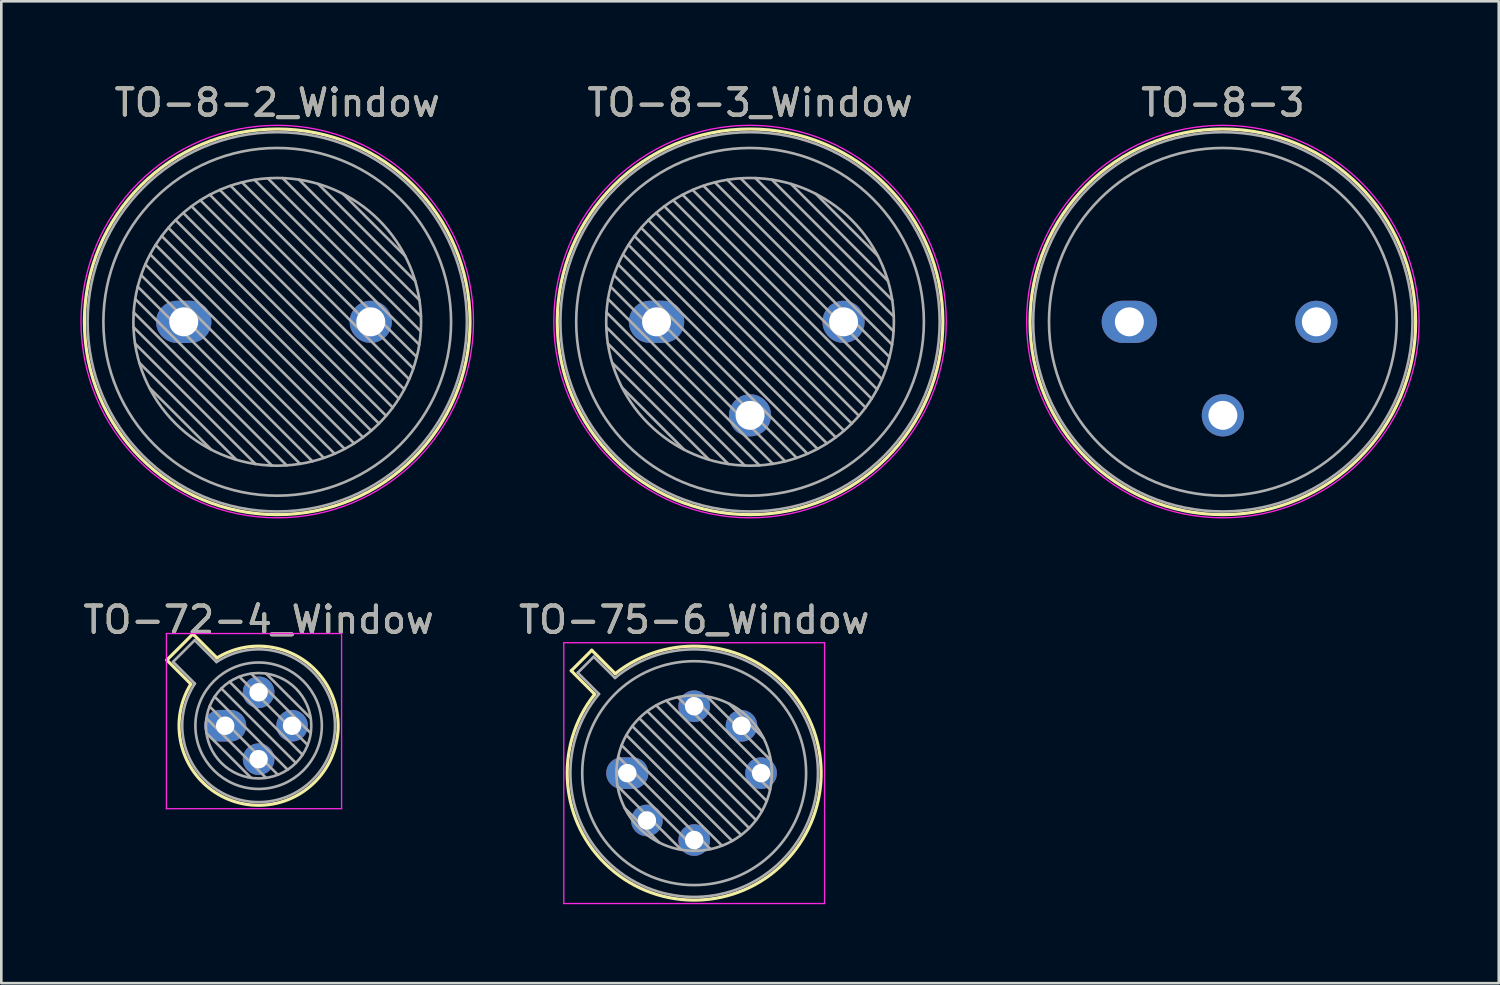
<source format=kicad_pcb>
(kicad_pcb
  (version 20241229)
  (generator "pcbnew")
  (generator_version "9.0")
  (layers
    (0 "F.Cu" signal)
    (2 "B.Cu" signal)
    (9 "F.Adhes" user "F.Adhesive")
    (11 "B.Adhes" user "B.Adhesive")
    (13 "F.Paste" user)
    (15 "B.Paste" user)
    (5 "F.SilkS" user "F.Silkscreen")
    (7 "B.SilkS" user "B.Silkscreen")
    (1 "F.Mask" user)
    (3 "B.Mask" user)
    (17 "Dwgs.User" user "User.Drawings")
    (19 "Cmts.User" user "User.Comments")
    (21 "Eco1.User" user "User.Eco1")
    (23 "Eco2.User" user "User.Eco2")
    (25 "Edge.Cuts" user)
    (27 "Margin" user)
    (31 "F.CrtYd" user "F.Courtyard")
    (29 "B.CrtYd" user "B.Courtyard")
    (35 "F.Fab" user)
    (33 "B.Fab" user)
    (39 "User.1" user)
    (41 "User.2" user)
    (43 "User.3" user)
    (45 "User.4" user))
  (footprint "TO-72-4_Window"
    (layer "F.Cu")
    (at 5.498 24.502)
    (property "Reference" "TO-72-4_Window" (at 1.27 -4.02 0) (layer "F.SilkS") (effects (font (size 1 1) (thickness 0.15))))
    (attr through_hole)
    (fp_line (start -2.214 -2.494) (end -1.302 -1.582) (stroke (width 0.12) (type solid)) (layer "F.SilkS"))
    (fp_line (start -1.224 -3.484) (end -2.214 -2.494) (stroke (width 0.12) (type solid)) (layer "F.SilkS"))
    (fp_line (start -0.312 -2.572) (end -1.224 -3.484) (stroke (width 0.12) (type solid)) (layer "F.SilkS"))
    (fp_arc (start -0.312331 -2.572281) (mid 3.405374 2.135551) (end -1.30215 -1.582544) (stroke (width 0.12) (type solid)) (layer "F.SilkS"))
    (fp_line (start -2.23 -3.5) (end -2.23 3.15) (stroke (width 0.05) (type solid)) (layer "F.CrtYd"))
    (fp_line (start -2.23 3.15) (end 4.42 3.15) (stroke (width 0.05) (type solid)) (layer "F.CrtYd"))
    (fp_line (start 4.42 -3.5) (end -2.23 -3.5) (stroke (width 0.05) (type solid)) (layer "F.CrtYd"))
    (fp_line (start 4.42 3.15) (end 4.42 -3.5) (stroke (width 0.05) (type solid)) (layer "F.CrtYd"))
    (fp_line (start -1.977 -2.426) (end -1.149 -1.599) (stroke (width 0.1) (type solid)) (layer "F.Fab"))
    (fp_line (start -1.156 -3.247) (end -1.977 -2.426) (stroke (width 0.1) (type solid)) (layer "F.Fab"))
    (fp_line (start -0.71 -0.283) (end 1.553 1.98) (stroke (width 0.1) (type solid)) (layer "F.Fab"))
    (fp_line (start -0.71 0.283) (end 0.987 1.98) (stroke (width 0.1) (type solid)) (layer "F.Fab"))
    (fp_line (start -0.592 -0.731) (end 2.001 1.862) (stroke (width 0.1) (type solid)) (layer "F.Fab"))
    (fp_line (start -0.399 -1.103) (end 2.373 1.669) (stroke (width 0.1) (type solid)) (layer "F.Fab"))
    (fp_line (start -0.329 -2.419) (end -1.156 -3.247) (stroke (width 0.1) (type solid)) (layer "F.Fab"))
    (fp_line (start -0.145 -1.415) (end 2.685 1.415) (stroke (width 0.1) (type solid)) (layer "F.Fab"))
    (fp_line (start 0.167 -1.669) (end 2.939 1.103) (stroke (width 0.1) (type solid)) (layer "F.Fab"))
    (fp_line (start 0.539 -1.862) (end 3.132 0.731) (stroke (width 0.1) (type solid)) (layer "F.Fab"))
    (fp_line (start 0.987 -1.98) (end 3.25 0.283) (stroke (width 0.1) (type solid)) (layer "F.Fab"))
    (fp_line (start 1.553 -1.98) (end 3.25 -0.283) (stroke (width 0.1) (type solid)) (layer "F.Fab"))
    (fp_arc (start -0.329057 -2.419301) (mid 3.321076 2.050143) (end -1.150029 -1.597956) (stroke (width 0.1) (type solid)) (layer "F.Fab"))
    (fp_circle (center 1.27 0) (end 3.27 0) (stroke (width 0.1) (type solid)) (fill no) (layer "F.Fab"))
    (fp_circle (center 1.27 0) (end 3.67 0) (stroke (width 0.1) (type solid)) (fill no) (layer "F.Fab"))
    (fp_text user "${REFERENCE}" (at 1.27 -4.02 0) (layer "F.Fab") (effects (font (size 1 1) (thickness 0.15))))
    (pad "1" thru_hole oval (at 0 0) (size 1.6 1.2) (drill 0.7) (layers "*.Cu" "*.Mask"))
    (pad "2" thru_hole oval (at 1.27 1.27) (size 1.2 1.2) (drill 0.7) (layers "*.Cu" "*.Mask"))
    (pad "3" thru_hole oval (at 2.54 0) (size 1.2 1.2) (drill 0.7) (layers "*.Cu" "*.Mask"))
    (pad "4" thru_hole oval (at 1.27 -1.27) (size 1.2 1.2) (drill 0.7) (layers "*.Cu" "*.Mask")))
  (footprint "TO-8-3"
    (layer "F.Cu")
    (at 39.825 9.168)
    (property "Reference" "TO-8-3" (at 3.55 -8.32 0) (layer "F.SilkS") (effects (font (size 1 1) (thickness 0.15))))
    (attr through_hole)
    (fp_circle (center 3.55 0) (end 10.87 0) (stroke (width 0.12) (type solid)) (fill no) (layer "F.SilkS"))
    (fp_circle (center 3.55 -0.01) (end 11 -0.01) (stroke (width 0.05) (type solid)) (fill no) (layer "F.CrtYd"))
    (fp_circle (center 3.55 0) (end 10.15 0) (stroke (width 0.1) (type solid)) (fill no) (layer "F.Fab"))
    (fp_circle (center 3.55 0) (end 10.75 0) (stroke (width 0.1) (type solid)) (fill no) (layer "F.Fab"))
    (fp_text user "${REFERENCE}" (at 3.55 -8.32 0) (layer "F.Fab") (effects (font (size 1 1) (thickness 0.15))))
    (pad "1" thru_hole oval (at 0 0) (size 2.1 1.6) (drill 1.1) (layers "*.Cu" "*.Mask"))
    (pad "2" thru_hole oval (at 3.55 3.55) (size 1.6 1.6) (drill 1.1) (layers "*.Cu" "*.Mask"))
    (pad "3" thru_hole oval (at 7.1 0) (size 1.6 1.6) (drill 1.1) (layers "*.Cu" "*.Mask")))
  (footprint "TO-75-6_Window"
    (layer "F.Cu")
    (at 20.764 26.302)
    (property "Reference" "TO-75-6_Window" (at 2.54 -5.82 0) (layer "F.SilkS") (effects (font (size 1 1) (thickness 0.15))))
    (attr through_hole)
    (fp_line (start -2.126 -3.888) (end -1.235 -2.997) (stroke (width 0.12) (type solid)) (layer "F.SilkS"))
    (fp_line (start -1.348 -4.666) (end -2.126 -3.888) (stroke (width 0.12) (type solid)) (layer "F.SilkS"))
    (fp_line (start -0.457 -3.775) (end -1.348 -4.666) (stroke (width 0.12) (type solid)) (layer "F.SilkS"))
    (fp_arc (start -0.457084 -3.774902) (mid 5.948125 3.408384) (end -1.234674 -2.997371) (stroke (width 0.12) (type solid)) (layer "F.SilkS"))
    (fp_line (start -2.41 -4.95) (end -2.41 4.95) (stroke (width 0.05) (type solid)) (layer "F.CrtYd"))
    (fp_line (start -2.41 4.95) (end 7.49 4.95) (stroke (width 0.05) (type solid)) (layer "F.CrtYd"))
    (fp_line (start 7.49 -4.95) (end -2.41 -4.95) (stroke (width 0.05) (type solid)) (layer "F.CrtYd"))
    (fp_line (start 7.49 4.95) (end 7.49 -4.95) (stroke (width 0.05) (type solid)) (layer "F.CrtYd"))
    (fp_line (start -1.88 -3.812) (end -1.074 -3.005) (stroke (width 0.1) (type solid)) (layer "F.Fab"))
    (fp_line (start -1.272 -4.42) (end -1.88 -3.812) (stroke (width 0.1) (type solid)) (layer "F.Fab"))
    (fp_line (start -0.465 -3.614) (end -1.272 -4.42) (stroke (width 0.1) (type solid)) (layer "F.Fab"))
    (fp_line (start -0.408 -0.12) (end 2.66 2.948) (stroke (width 0.1) (type solid)) (layer "F.Fab"))
    (fp_line (start -0.371 0.485) (end 2.055 2.911) (stroke (width 0.1) (type solid)) (layer "F.Fab"))
    (fp_line (start -0.344 -0.622) (end 3.162 2.884) (stroke (width 0.1) (type solid)) (layer "F.Fab"))
    (fp_line (start -0.215 -1.058) (end 3.598 2.755) (stroke (width 0.1) (type solid)) (layer "F.Fab"))
    (fp_line (start -0.097 1.324) (end 1.216 2.637) (stroke (width 0.1) (type solid)) (layer "F.Fab"))
    (fp_line (start -0.034 -1.443) (end 3.983 2.574) (stroke (width 0.1) (type solid)) (layer "F.Fab"))
    (fp_line (start 0.19 -1.784) (end 4.324 2.35) (stroke (width 0.1) (type solid)) (layer "F.Fab"))
    (fp_line (start 0.454 -2.086) (end 4.626 2.086) (stroke (width 0.1) (type solid)) (layer "F.Fab"))
    (fp_line (start 0.756 -2.35) (end 4.89 1.784) (stroke (width 0.1) (type solid)) (layer "F.Fab"))
    (fp_line (start 1.097 -2.574) (end 5.114 1.443) (stroke (width 0.1) (type solid)) (layer "F.Fab"))
    (fp_line (start 1.482 -2.755) (end 5.295 1.058) (stroke (width 0.1) (type solid)) (layer "F.Fab"))
    (fp_line (start 1.918 -2.884) (end 5.424 0.622) (stroke (width 0.1) (type solid)) (layer "F.Fab"))
    (fp_line (start 2.42 -2.948) (end 5.488 0.12) (stroke (width 0.1) (type solid)) (layer "F.Fab"))
    (fp_line (start 3.025 -2.911) (end 5.451 -0.485) (stroke (width 0.1) (type solid)) (layer "F.Fab"))
    (fp_line (start 3.864 -2.637) (end 5.177 -1.324) (stroke (width 0.1) (type solid)) (layer "F.Fab"))
    (fp_arc (start -0.465408 -3.61352) (mid 5.863443 3.323361) (end -1.073594 -3.005319) (stroke (width 0.1) (type solid)) (layer "F.Fab"))
    (fp_circle (center 2.54 0) (end 5.49 0) (stroke (width 0.1) (type solid)) (fill no) (layer "F.Fab"))
    (fp_circle (center 2.54 0) (end 6.79 0) (stroke (width 0.1) (type solid)) (fill no) (layer "F.Fab"))
    (fp_text user "${REFERENCE}" (at 2.54 -5.82 0) (layer "F.Fab") (effects (font (size 1 1) (thickness 0.15))))
    (pad "1" thru_hole oval (at 0 0) (size 1.6 1.2) (drill 0.7) (layers "*.Cu" "*.Mask"))
    (pad "2" thru_hole oval (at 0.744 1.796) (size 1.2 1.2) (drill 0.7) (layers "*.Cu" "*.Mask"))
    (pad "3" thru_hole oval (at 2.54 2.54) (size 1.2 1.2) (drill 0.7) (layers "*.Cu" "*.Mask"))
    (pad "4" thru_hole oval (at 5.08 0) (size 1.2 1.2) (drill 0.7) (layers "*.Cu" "*.Mask"))
    (pad "5" thru_hole oval (at 4.336 -1.796) (size 1.2 1.2) (drill 0.7) (layers "*.Cu" "*.Mask"))
    (pad "6" thru_hole oval (at 2.54 -2.54) (size 1.2 1.2) (drill 0.7) (layers "*.Cu" "*.Mask")))
  (footprint "TO-8-2_Window"
    (layer "F.Cu")
    (at 3.925 9.168)
    (property "Reference" "TO-8-2_Window" (at 3.55 -8.32 0) (layer "F.SilkS") (effects (font (size 1 1) (thickness 0.15))))
    (attr through_hole)
    (fp_circle (center 3.55 0) (end 10.87 0) (stroke (width 0.12) (type solid)) (fill no) (layer "F.SilkS"))
    (fp_circle (center 3.55 -0.01) (end 11 -0.01) (stroke (width 0.05) (type solid)) (fill no) (layer "F.CrtYd"))
    (fp_line (start -1.908 0.2) (end 3.35 5.458) (stroke (width 0.1) (type solid)) (layer "F.Fab"))
    (fp_line (start -1.9 -0.359) (end 3.909 5.45) (stroke (width 0.1) (type solid)) (layer "F.Fab"))
    (fp_line (start -1.849 0.825) (end 2.725 5.399) (stroke (width 0.1) (type solid)) (layer "F.Fab"))
    (fp_line (start -1.842 -0.867) (end 4.417 5.392) (stroke (width 0.1) (type solid)) (layer "F.Fab"))
    (fp_line (start -1.746 -1.336) (end 4.886 5.296) (stroke (width 0.1) (type solid)) (layer "F.Fab"))
    (fp_line (start -1.686 1.553) (end 1.997 5.236) (stroke (width 0.1) (type solid)) (layer "F.Fab"))
    (fp_line (start -1.616 -1.772) (end 5.322 5.166) (stroke (width 0.1) (type solid)) (layer "F.Fab"))
    (fp_line (start -1.458 -2.18) (end 5.73 5.008) (stroke (width 0.1) (type solid)) (layer "F.Fab"))
    (fp_line (start -1.307 2.498) (end 1.052 4.857) (stroke (width 0.1) (type solid)) (layer "F.Fab"))
    (fp_line (start -1.274 -2.561) (end 6.111 4.824) (stroke (width 0.1) (type solid)) (layer "F.Fab"))
    (fp_line (start -1.066 -2.919) (end 6.469 4.616) (stroke (width 0.1) (type solid)) (layer "F.Fab"))
    (fp_line (start -0.836 -3.255) (end 6.805 4.386) (stroke (width 0.1) (type solid)) (layer "F.Fab"))
    (fp_line (start -0.584 -3.569) (end 7.119 4.134) (stroke (width 0.1) (type solid)) (layer "F.Fab"))
    (fp_line (start -0.312 -3.862) (end 7.412 3.862) (stroke (width 0.1) (type solid)) (layer "F.Fab"))
    (fp_line (start -0.019 -4.134) (end 7.684 3.569) (stroke (width 0.1) (type solid)) (layer "F.Fab"))
    (fp_line (start 0.295 -4.386) (end 7.936 3.255) (stroke (width 0.1) (type solid)) (layer "F.Fab"))
    (fp_line (start 0.631 -4.616) (end 8.166 2.919) (stroke (width 0.1) (type solid)) (layer "F.Fab"))
    (fp_line (start 0.989 -4.824) (end 8.374 2.561) (stroke (width 0.1) (type solid)) (layer "F.Fab"))
    (fp_line (start 1.37 -5.008) (end 8.558 2.18) (stroke (width 0.1) (type solid)) (layer "F.Fab"))
    (fp_line (start 1.778 -5.166) (end 8.716 1.772) (stroke (width 0.1) (type solid)) (layer "F.Fab"))
    (fp_line (start 2.214 -5.296) (end 8.846 1.336) (stroke (width 0.1) (type solid)) (layer "F.Fab"))
    (fp_line (start 2.683 -5.392) (end 8.942 0.867) (stroke (width 0.1) (type solid)) (layer "F.Fab"))
    (fp_line (start 3.191 -5.45) (end 9 0.359) (stroke (width 0.1) (type solid)) (layer "F.Fab"))
    (fp_line (start 3.75 -5.458) (end 9.008 -0.2) (stroke (width 0.1) (type solid)) (layer "F.Fab"))
    (fp_line (start 4.375 -5.399) (end 8.949 -0.825) (stroke (width 0.1) (type solid)) (layer "F.Fab"))
    (fp_line (start 5.103 -5.236) (end 8.786 -1.553) (stroke (width 0.1) (type solid)) (layer "F.Fab"))
    (fp_line (start 6.048 -4.857) (end 8.407 -2.498) (stroke (width 0.1) (type solid)) (layer "F.Fab"))
    (fp_circle (center 3.55 0) (end 9.011 0) (stroke (width 0.1) (type solid)) (fill no) (layer "F.Fab"))
    (fp_circle (center 3.55 0) (end 10.15 0) (stroke (width 0.1) (type solid)) (fill no) (layer "F.Fab"))
    (fp_circle (center 3.55 0) (end 10.75 0) (stroke (width 0.1) (type solid)) (fill no) (layer "F.Fab"))
    (fp_text user "${REFERENCE}" (at 3.55 -8.32 0) (layer "F.Fab") (effects (font (size 1 1) (thickness 0.15))))
    (pad "1" thru_hole oval (at 0 0) (size 2.1 1.6) (drill 1.1) (layers "*.Cu" "*.Mask"))
    (pad "2" thru_hole oval (at 7.1 0) (size 1.6 1.6) (drill 1.1) (layers "*.Cu" "*.Mask")))
  (footprint "TO-8-3_Window"
    (layer "F.Cu")
    (at 21.875 9.168)
    (property "Reference" "TO-8-3_Window" (at 3.55 -8.32 0) (layer "F.SilkS") (effects (font (size 1 1) (thickness 0.15))))
    (attr through_hole)
    (fp_circle (center 3.55 0) (end 10.87 0) (stroke (width 0.12) (type solid)) (fill no) (layer "F.SilkS"))
    (fp_circle (center 3.55 -0.01) (end 11 -0.01) (stroke (width 0.05) (type solid)) (fill no) (layer "F.CrtYd"))
    (fp_line (start -1.908 0.2) (end 3.35 5.458) (stroke (width 0.1) (type solid)) (layer "F.Fab"))
    (fp_line (start -1.9 -0.359) (end 3.909 5.45) (stroke (width 0.1) (type solid)) (layer "F.Fab"))
    (fp_line (start -1.849 0.825) (end 2.725 5.399) (stroke (width 0.1) (type solid)) (layer "F.Fab"))
    (fp_line (start -1.842 -0.867) (end 4.417 5.392) (stroke (width 0.1) (type solid)) (layer "F.Fab"))
    (fp_line (start -1.746 -1.336) (end 4.886 5.296) (stroke (width 0.1) (type solid)) (layer "F.Fab"))
    (fp_line (start -1.686 1.553) (end 1.997 5.236) (stroke (width 0.1) (type solid)) (layer "F.Fab"))
    (fp_line (start -1.616 -1.772) (end 5.322 5.166) (stroke (width 0.1) (type solid)) (layer "F.Fab"))
    (fp_line (start -1.458 -2.18) (end 5.73 5.008) (stroke (width 0.1) (type solid)) (layer "F.Fab"))
    (fp_line (start -1.307 2.498) (end 1.052 4.857) (stroke (width 0.1) (type solid)) (layer "F.Fab"))
    (fp_line (start -1.274 -2.561) (end 6.111 4.824) (stroke (width 0.1) (type solid)) (layer "F.Fab"))
    (fp_line (start -1.066 -2.919) (end 6.469 4.616) (stroke (width 0.1) (type solid)) (layer "F.Fab"))
    (fp_line (start -0.836 -3.255) (end 6.805 4.386) (stroke (width 0.1) (type solid)) (layer "F.Fab"))
    (fp_line (start -0.584 -3.569) (end 7.119 4.134) (stroke (width 0.1) (type solid)) (layer "F.Fab"))
    (fp_line (start -0.312 -3.862) (end 7.412 3.862) (stroke (width 0.1) (type solid)) (layer "F.Fab"))
    (fp_line (start -0.019 -4.134) (end 7.684 3.569) (stroke (width 0.1) (type solid)) (layer "F.Fab"))
    (fp_line (start 0.295 -4.386) (end 7.936 3.255) (stroke (width 0.1) (type solid)) (layer "F.Fab"))
    (fp_line (start 0.631 -4.616) (end 8.166 2.919) (stroke (width 0.1) (type solid)) (layer "F.Fab"))
    (fp_line (start 0.989 -4.824) (end 8.374 2.561) (stroke (width 0.1) (type solid)) (layer "F.Fab"))
    (fp_line (start 1.37 -5.008) (end 8.558 2.18) (stroke (width 0.1) (type solid)) (layer "F.Fab"))
    (fp_line (start 1.778 -5.166) (end 8.716 1.772) (stroke (width 0.1) (type solid)) (layer "F.Fab"))
    (fp_line (start 2.214 -5.296) (end 8.846 1.336) (stroke (width 0.1) (type solid)) (layer "F.Fab"))
    (fp_line (start 2.683 -5.392) (end 8.942 0.867) (stroke (width 0.1) (type solid)) (layer "F.Fab"))
    (fp_line (start 3.191 -5.45) (end 9 0.359) (stroke (width 0.1) (type solid)) (layer "F.Fab"))
    (fp_line (start 3.75 -5.458) (end 9.008 -0.2) (stroke (width 0.1) (type solid)) (layer "F.Fab"))
    (fp_line (start 4.375 -5.399) (end 8.949 -0.825) (stroke (width 0.1) (type solid)) (layer "F.Fab"))
    (fp_line (start 5.103 -5.236) (end 8.786 -1.553) (stroke (width 0.1) (type solid)) (layer "F.Fab"))
    (fp_line (start 6.048 -4.857) (end 8.407 -2.498) (stroke (width 0.1) (type solid)) (layer "F.Fab"))
    (fp_circle (center 3.55 0) (end 9.011 0) (stroke (width 0.1) (type solid)) (fill no) (layer "F.Fab"))
    (fp_circle (center 3.55 0) (end 10.15 0) (stroke (width 0.1) (type solid)) (fill no) (layer "F.Fab"))
    (fp_circle (center 3.55 0) (end 10.75 0) (stroke (width 0.1) (type solid)) (fill no) (layer "F.Fab"))
    (fp_text user "${REFERENCE}" (at 3.55 -8.32 0) (layer "F.Fab") (effects (font (size 1 1) (thickness 0.15))))
    (pad "1" thru_hole oval (at 0 0) (size 2.1 1.6) (drill 1.1) (layers "*.Cu" "*.Mask"))
    (pad "2" thru_hole oval (at 3.55 3.55) (size 1.6 1.6) (drill 1.1) (layers "*.Cu" "*.Mask"))
    (pad "3" thru_hole oval (at 7.1 0) (size 1.6 1.6) (drill 1.1) (layers "*.Cu" "*.Mask")))
  (gr_rect
    (start -3 -3)
    (end 53.85 34.276)
    (stroke (width 0.1) (type default))
    (fill no)
    (layer "Edge.Cuts")))
</source>
